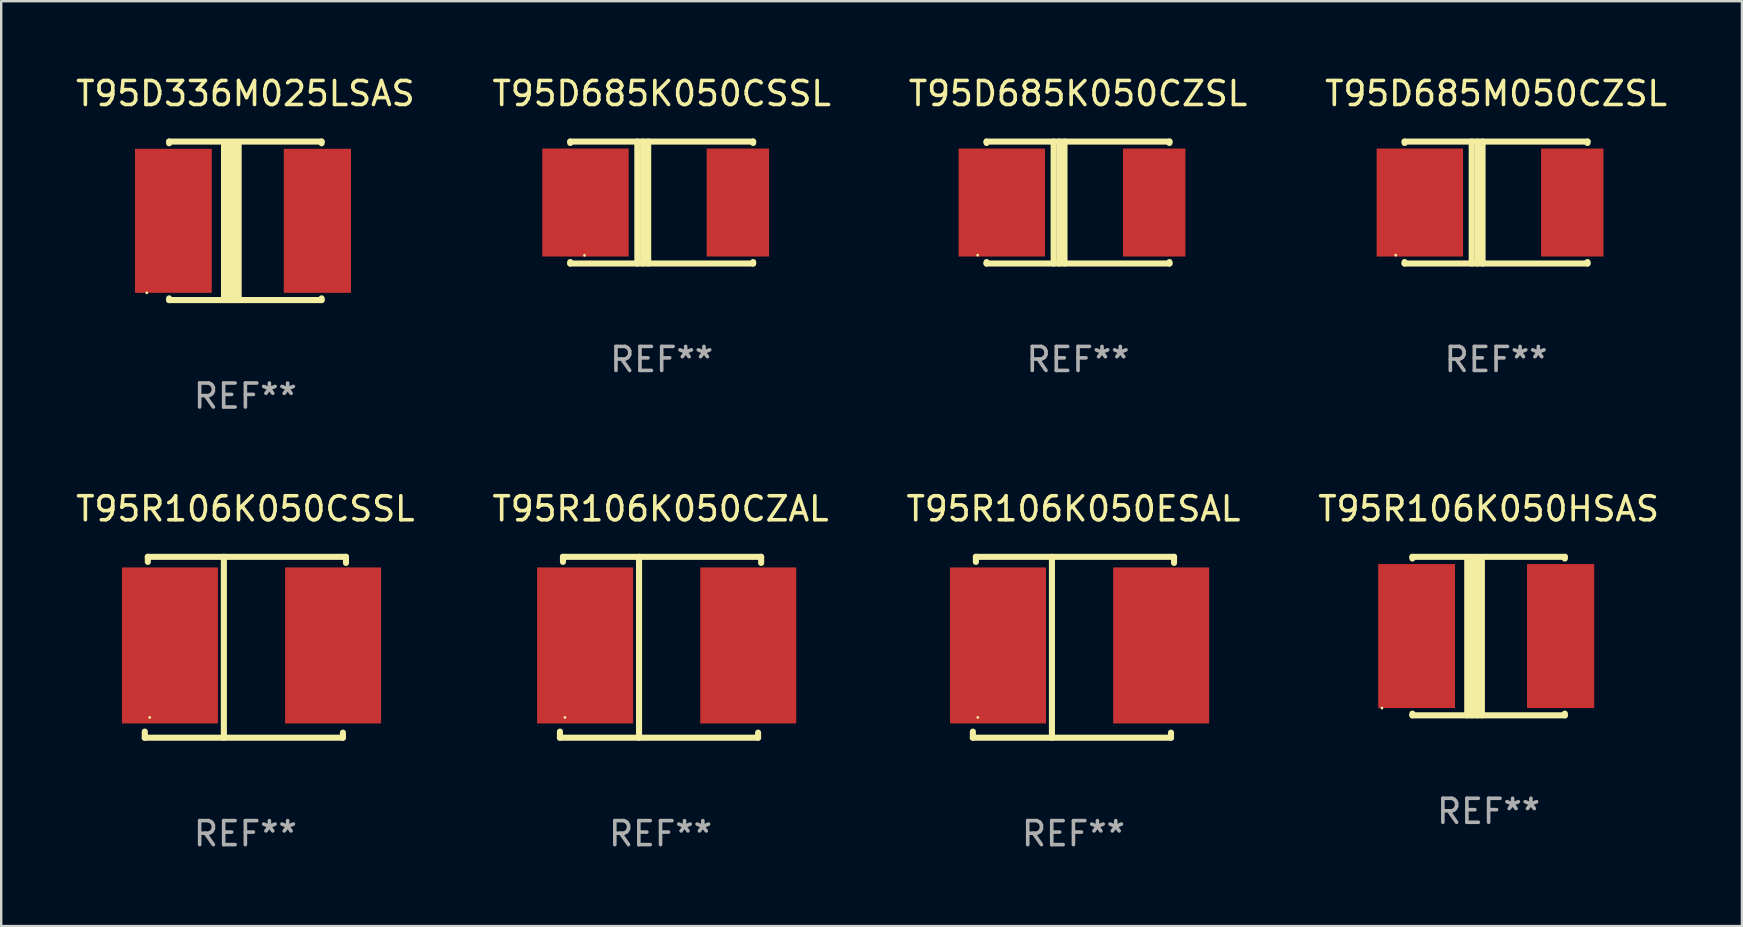
<source format=kicad_pcb>
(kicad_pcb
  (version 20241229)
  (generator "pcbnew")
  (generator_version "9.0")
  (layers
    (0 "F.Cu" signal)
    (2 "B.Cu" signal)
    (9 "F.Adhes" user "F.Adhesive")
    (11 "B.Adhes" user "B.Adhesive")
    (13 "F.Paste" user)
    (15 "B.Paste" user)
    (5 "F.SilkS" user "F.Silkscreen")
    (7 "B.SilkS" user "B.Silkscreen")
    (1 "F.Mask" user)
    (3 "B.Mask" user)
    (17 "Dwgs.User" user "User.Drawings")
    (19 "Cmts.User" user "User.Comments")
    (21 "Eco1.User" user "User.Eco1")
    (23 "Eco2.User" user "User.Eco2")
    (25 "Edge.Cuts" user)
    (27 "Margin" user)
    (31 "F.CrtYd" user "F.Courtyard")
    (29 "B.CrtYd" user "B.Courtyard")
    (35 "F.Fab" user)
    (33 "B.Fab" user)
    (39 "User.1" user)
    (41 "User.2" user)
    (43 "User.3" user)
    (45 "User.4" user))
  (footprint "T95D685K050CSSL"
    (layer "F.Cu")
    (at 24.518 5.388)
    (property "Reference" "T95D685K050CSSL" (at 0 -4.54 0) (layer "F.SilkS") (effects (font (size 1 1) (thickness 0.15))))
    (attr through_hole)
    (fp_line (start -3.81 -2.54) (end -3.81 -2.481) (stroke (width 0.254) (type solid)) (layer "F.SilkS"))
    (fp_line (start -3.81 -2.54) (end 3.81 -2.54) (stroke (width 0.254) (type solid)) (layer "F.SilkS"))
    (fp_line (start -3.81 2.481) (end -3.81 2.54) (stroke (width 0.254) (type solid)) (layer "F.SilkS"))
    (fp_line (start -3.81 2.54) (end 3.81 2.54) (stroke (width 0.254) (type solid)) (layer "F.SilkS"))
    (fp_line (start -1.014 -2.54) (end -1.014 2.54) (stroke (width 0.254) (type solid)) (layer "F.SilkS"))
    (fp_line (start -0.774 -2.54) (end -0.774 2.54) (stroke (width 0.254) (type solid)) (layer "F.SilkS"))
    (fp_line (start -0.563 -2.54) (end -0.563 2.54) (stroke (width 0.254) (type solid)) (layer "F.SilkS"))
    (fp_line (start 3.81 -2.481) (end 3.81 -2.54) (stroke (width 0.254) (type solid)) (layer "F.SilkS"))
    (fp_line (start 3.81 2.54) (end 3.81 2.481) (stroke (width 0.254) (type solid)) (layer "F.SilkS"))
    (fp_circle (center -3.216 2.2) (end -3.186 2.2) (stroke (width 0.06) (type solid)) (fill no) (layer "F.SilkS"))
    (fp_text user "REF**" (at 0 6.54 0) (layer "F.Fab") (effects (font (size 1 1) (thickness 0.15))))
    (pad "1" smd rect (at -3.175 0) (size 3.6 4.5) (layers "F.Cu" "F.Mask" "F.Paste"))
    (pad "2" smd rect (at 3.175 0) (size 2.6 4.5) (layers "F.Cu" "F.Mask" "F.Paste")))
  (footprint "T95R106K050HSAS"
    (layer "F.Cu")
    (at 58.97 23.451)
    (property "Reference" "T95R106K050HSAS" (at 0 -5.302 0) (layer "F.SilkS") (effects (font (size 1 1) (thickness 0.15))))
    (attr through_hole)
    (fp_line (start -3.175 -3.231) (end -3.175 -3.302) (stroke (width 0.254) (type solid)) (layer "F.SilkS"))
    (fp_line (start -3.175 3.302) (end -3.175 3.231) (stroke (width 0.254) (type solid)) (layer "F.SilkS"))
    (fp_line (start -3.175 3.302) (end 3.175 3.302) (stroke (width 0.254) (type solid)) (layer "F.SilkS"))
    (fp_line (start -0.889 -3.175) (end -0.889 3.302) (stroke (width 0.254) (type solid)) (layer "F.SilkS"))
    (fp_line (start -0.688 -3.175) (end -0.688 3.302) (stroke (width 0.254) (type solid)) (layer "F.SilkS"))
    (fp_line (start -0.478 -3.175) (end -0.478 3.302) (stroke (width 0.254) (type solid)) (layer "F.SilkS"))
    (fp_line (start -0.281 -3.175) (end -0.281 3.302) (stroke (width 0.254) (type solid)) (layer "F.SilkS"))
    (fp_line (start 3.175 -3.302) (end -3.175 -3.302) (stroke (width 0.254) (type solid)) (layer "F.SilkS"))
    (fp_line (start 3.175 -3.302) (end 3.175 -3.231) (stroke (width 0.254) (type solid)) (layer "F.SilkS"))
    (fp_line (start 3.175 3.231) (end 3.175 3.302) (stroke (width 0.254) (type solid)) (layer "F.SilkS"))
    (fp_circle (center -4.445 3) (end -4.415 3) (stroke (width 0.06) (type solid)) (fill no) (layer "F.SilkS"))
    (fp_text user "REF**" (at 0 7.302 0) (layer "F.Fab") (effects (font (size 1 1) (thickness 0.15))))
    (pad "1" smd rect (at -3 0) (size 3.2 6) (layers "F.Cu" "F.Mask" "F.Paste"))
    (pad "2" smd rect (at 3 0) (size 2.8 6) (layers "F.Cu" "F.Mask" "F.Paste")))
  (footprint "T95D685K050CZSL"
    (layer "F.Cu")
    (at 41.863 5.388)
    (property "Reference" "T95D685K050CZSL" (at 0 -4.54 0) (layer "F.SilkS") (effects (font (size 1 1) (thickness 0.15))))
    (attr through_hole)
    (fp_line (start -3.81 -2.54) (end -3.81 -2.481) (stroke (width 0.254) (type solid)) (layer "F.SilkS"))
    (fp_line (start -3.81 -2.54) (end 3.81 -2.54) (stroke (width 0.254) (type solid)) (layer "F.SilkS"))
    (fp_line (start -3.81 2.481) (end -3.81 2.54) (stroke (width 0.254) (type solid)) (layer "F.SilkS"))
    (fp_line (start -3.81 2.54) (end 3.81 2.54) (stroke (width 0.254) (type solid)) (layer "F.SilkS"))
    (fp_line (start -1.014 -2.54) (end -1.014 2.54) (stroke (width 0.254) (type solid)) (layer "F.SilkS"))
    (fp_line (start -0.774 -2.54) (end -0.774 2.54) (stroke (width 0.254) (type solid)) (layer "F.SilkS"))
    (fp_line (start -0.563 -2.54) (end -0.563 2.54) (stroke (width 0.254) (type solid)) (layer "F.SilkS"))
    (fp_line (start 3.81 -2.481) (end 3.81 -2.54) (stroke (width 0.254) (type solid)) (layer "F.SilkS"))
    (fp_line (start 3.81 2.54) (end 3.81 2.481) (stroke (width 0.254) (type solid)) (layer "F.SilkS"))
    (fp_circle (center -4.179 2.194) (end -4.149 2.194) (stroke (width 0.06) (type solid)) (fill no) (layer "F.SilkS"))
    (fp_text user "REF**" (at 0 6.54 0) (layer "F.Fab") (effects (font (size 1 1) (thickness 0.15))))
    (pad "1" smd rect (at -3.175 0.000076) (size 3.6 4.5) (layers "F.Cu" "F.Mask" "F.Paste"))
    (pad "2" smd rect (at 3.175 0.000076) (size 2.6 4.5) (layers "F.Cu" "F.Mask" "F.Paste")))
  (footprint "T95D336M025LSAS"
    (layer "F.Cu")
    (at 7.173 6.15)
    (property "Reference" "T95D336M025LSAS" (at 0 -5.302 0) (layer "F.SilkS") (effects (font (size 1 1) (thickness 0.15))))
    (attr through_hole)
    (fp_line (start -3.175 -3.231) (end -3.175 -3.302) (stroke (width 0.254) (type solid)) (layer "F.SilkS"))
    (fp_line (start -3.175 3.302) (end -3.175 3.231) (stroke (width 0.254) (type solid)) (layer "F.SilkS"))
    (fp_line (start -3.175 3.302) (end 3.175 3.302) (stroke (width 0.254) (type solid)) (layer "F.SilkS"))
    (fp_line (start -0.889 -3.175) (end -0.889 3.302) (stroke (width 0.254) (type solid)) (layer "F.SilkS"))
    (fp_line (start -0.688 -3.175) (end -0.688 3.302) (stroke (width 0.254) (type solid)) (layer "F.SilkS"))
    (fp_line (start -0.478 -3.175) (end -0.478 3.302) (stroke (width 0.254) (type solid)) (layer "F.SilkS"))
    (fp_line (start -0.281 -3.175) (end -0.281 3.302) (stroke (width 0.254) (type solid)) (layer "F.SilkS"))
    (fp_line (start 3.175 -3.302) (end -3.175 -3.302) (stroke (width 0.254) (type solid)) (layer "F.SilkS"))
    (fp_line (start 3.175 -3.302) (end 3.175 -3.231) (stroke (width 0.254) (type solid)) (layer "F.SilkS"))
    (fp_line (start 3.175 3.231) (end 3.175 3.302) (stroke (width 0.254) (type solid)) (layer "F.SilkS"))
    (fp_circle (center -4.106 3) (end -4.076 3) (stroke (width 0.06) (type solid)) (fill no) (layer "F.SilkS"))
    (fp_text user "REF**" (at 0 7.302 0) (layer "F.Fab") (effects (font (size 1 1) (thickness 0.15))))
    (pad "1" smd rect (at -3 -0.000025) (size 3.2 6) (layers "F.Cu" "F.Mask" "F.Paste"))
    (pad "2" smd rect (at 3 -0.000025) (size 2.8 6) (layers "F.Cu" "F.Mask" "F.Paste")))
  (footprint "T95R106K050CSSL"
    (layer "F.Cu")
    (at 7.173 23.917)
    (property "Reference" "T95R106K050CSSL" (at 0 -5.768 0) (layer "F.SilkS") (effects (font (size 1 1) (thickness 0.15))))
    (attr through_hole)
    (fp_line (start -4.191 3.768) (end -4.191 3.514) (stroke (width 0.254) (type solid)) (layer "F.SilkS"))
    (fp_line (start -4.064 -3.768) (end 4.191 -3.768) (stroke (width 0.254) (type solid)) (layer "F.SilkS"))
    (fp_line (start -4.064 -3.557) (end -4.064 -3.768) (stroke (width 0.254) (type solid)) (layer "F.SilkS"))
    (fp_line (start -0.896 -3.768) (end -0.896 3.768) (stroke (width 0.254) (type solid)) (layer "F.SilkS"))
    (fp_line (start 4.064 3.557) (end 4.064 3.768) (stroke (width 0.254) (type solid)) (layer "F.SilkS"))
    (fp_line (start 4.064 3.768) (end -4.191 3.768) (stroke (width 0.254) (type solid)) (layer "F.SilkS"))
    (fp_line (start 4.191 -3.768) (end 4.191 -3.514) (stroke (width 0.254) (type solid)) (layer "F.SilkS"))
    (fp_circle (center -3.985 2.924) (end -3.955 2.924) (stroke (width 0.06) (type solid)) (fill no) (layer "F.SilkS"))
    (fp_text user "REF**" (at 0 7.768 0) (layer "F.Fab") (effects (font (size 1 1) (thickness 0.15))))
    (pad "1" smd rect (at -3.143 -0.076 270) (size 6.5 4) (layers "F.Cu" "F.Mask" "F.Paste"))
    (pad "2" smd rect (at 3.655 -0.076 270) (size 6.5 4) (layers "F.Cu" "F.Mask" "F.Paste")))
  (footprint "T95R106K050CZAL"
    (layer "F.Cu")
    (at 24.47 23.917)
    (property "Reference" "T95R106K050CZAL" (at 0 -5.768 0) (layer "F.SilkS") (effects (font (size 1 1) (thickness 0.15))))
    (attr through_hole)
    (fp_line (start -4.191 3.768) (end -4.191 3.514) (stroke (width 0.254) (type solid)) (layer "F.SilkS"))
    (fp_line (start -4.064 -3.768) (end 4.191 -3.768) (stroke (width 0.254) (type solid)) (layer "F.SilkS"))
    (fp_line (start -4.064 -3.557) (end -4.064 -3.768) (stroke (width 0.254) (type solid)) (layer "F.SilkS"))
    (fp_line (start -0.896 -3.768) (end -0.896 3.768) (stroke (width 0.254) (type solid)) (layer "F.SilkS"))
    (fp_line (start 4.064 3.557) (end 4.064 3.768) (stroke (width 0.254) (type solid)) (layer "F.SilkS"))
    (fp_line (start 4.064 3.768) (end -4.191 3.768) (stroke (width 0.254) (type solid)) (layer "F.SilkS"))
    (fp_line (start 4.191 -3.768) (end 4.191 -3.514) (stroke (width 0.254) (type solid)) (layer "F.SilkS"))
    (fp_circle (center -3.985 2.924) (end -3.955 2.924) (stroke (width 0.06) (type solid)) (fill no) (layer "F.SilkS"))
    (fp_text user "REF**" (at 0 7.768 0) (layer "F.Fab") (effects (font (size 1 1) (thickness 0.15))))
    (pad "1" smd rect (at -3.143 -0.076 270) (size 6.5 4) (layers "F.Cu" "F.Mask" "F.Paste"))
    (pad "2" smd rect (at 3.655 -0.076 270) (size 6.5 4) (layers "F.Cu" "F.Mask" "F.Paste")))
  (footprint "T95D685M050CZSL"
    (layer "F.Cu")
    (at 59.28 5.388)
    (property "Reference" "T95D685M050CZSL" (at 0 -4.54 0) (layer "F.SilkS") (effects (font (size 1 1) (thickness 0.15))))
    (attr through_hole)
    (fp_line (start -3.81 -2.54) (end -3.81 -2.481) (stroke (width 0.254) (type solid)) (layer "F.SilkS"))
    (fp_line (start -3.81 -2.54) (end 3.81 -2.54) (stroke (width 0.254) (type solid)) (layer "F.SilkS"))
    (fp_line (start -3.81 2.481) (end -3.81 2.54) (stroke (width 0.254) (type solid)) (layer "F.SilkS"))
    (fp_line (start -3.81 2.54) (end 3.81 2.54) (stroke (width 0.254) (type solid)) (layer "F.SilkS"))
    (fp_line (start -1.014 -2.54) (end -1.014 2.54) (stroke (width 0.254) (type solid)) (layer "F.SilkS"))
    (fp_line (start -0.774 -2.54) (end -0.774 2.54) (stroke (width 0.254) (type solid)) (layer "F.SilkS"))
    (fp_line (start -0.563 -2.54) (end -0.563 2.54) (stroke (width 0.254) (type solid)) (layer "F.SilkS"))
    (fp_line (start 3.81 -2.481) (end 3.81 -2.54) (stroke (width 0.254) (type solid)) (layer "F.SilkS"))
    (fp_line (start 3.81 2.54) (end 3.81 2.481) (stroke (width 0.254) (type solid)) (layer "F.SilkS"))
    (fp_circle (center -4.179 2.194) (end -4.149 2.194) (stroke (width 0.06) (type solid)) (fill no) (layer "F.SilkS"))
    (fp_text user "REF**" (at 0 6.54 0) (layer "F.Fab") (effects (font (size 1 1) (thickness 0.15))))
    (pad "1" smd rect (at -3.175 0.000076) (size 3.6 4.5) (layers "F.Cu" "F.Mask" "F.Paste"))
    (pad "2" smd rect (at 3.175 0.000076) (size 2.6 4.5) (layers "F.Cu" "F.Mask" "F.Paste")))
  (footprint "T95R106K050ESAL"
    (layer "F.Cu")
    (at 41.673 23.917)
    (property "Reference" "T95R106K050ESAL" (at 0 -5.768 0) (layer "F.SilkS") (effects (font (size 1 1) (thickness 0.15))))
    (attr through_hole)
    (fp_line (start -4.191 3.768) (end -4.191 3.514) (stroke (width 0.254) (type solid)) (layer "F.SilkS"))
    (fp_line (start -4.064 -3.768) (end 4.191 -3.768) (stroke (width 0.254) (type solid)) (layer "F.SilkS"))
    (fp_line (start -4.064 -3.557) (end -4.064 -3.768) (stroke (width 0.254) (type solid)) (layer "F.SilkS"))
    (fp_line (start -0.896 -3.768) (end -0.896 3.768) (stroke (width 0.254) (type solid)) (layer "F.SilkS"))
    (fp_line (start 4.064 3.557) (end 4.064 3.768) (stroke (width 0.254) (type solid)) (layer "F.SilkS"))
    (fp_line (start 4.064 3.768) (end -4.191 3.768) (stroke (width 0.254) (type solid)) (layer "F.SilkS"))
    (fp_line (start 4.191 -3.768) (end 4.191 -3.514) (stroke (width 0.254) (type solid)) (layer "F.SilkS"))
    (fp_circle (center -3.985 2.924) (end -3.955 2.924) (stroke (width 0.06) (type solid)) (fill no) (layer "F.SilkS"))
    (fp_text user "REF**" (at 0 7.768 0) (layer "F.Fab") (effects (font (size 1 1) (thickness 0.15))))
    (pad "1" smd rect (at -3.143 -0.076 270) (size 6.5 4) (layers "F.Cu" "F.Mask" "F.Paste"))
    (pad "2" smd rect (at 3.655 -0.076 270) (size 6.5 4) (layers "F.Cu" "F.Mask" "F.Paste")))
  (gr_rect
    (start -3 -3)
    (end 69.524 35.533)
    (stroke (width 0.1) (type default))
    (fill no)
    (layer "Edge.Cuts")))
</source>
